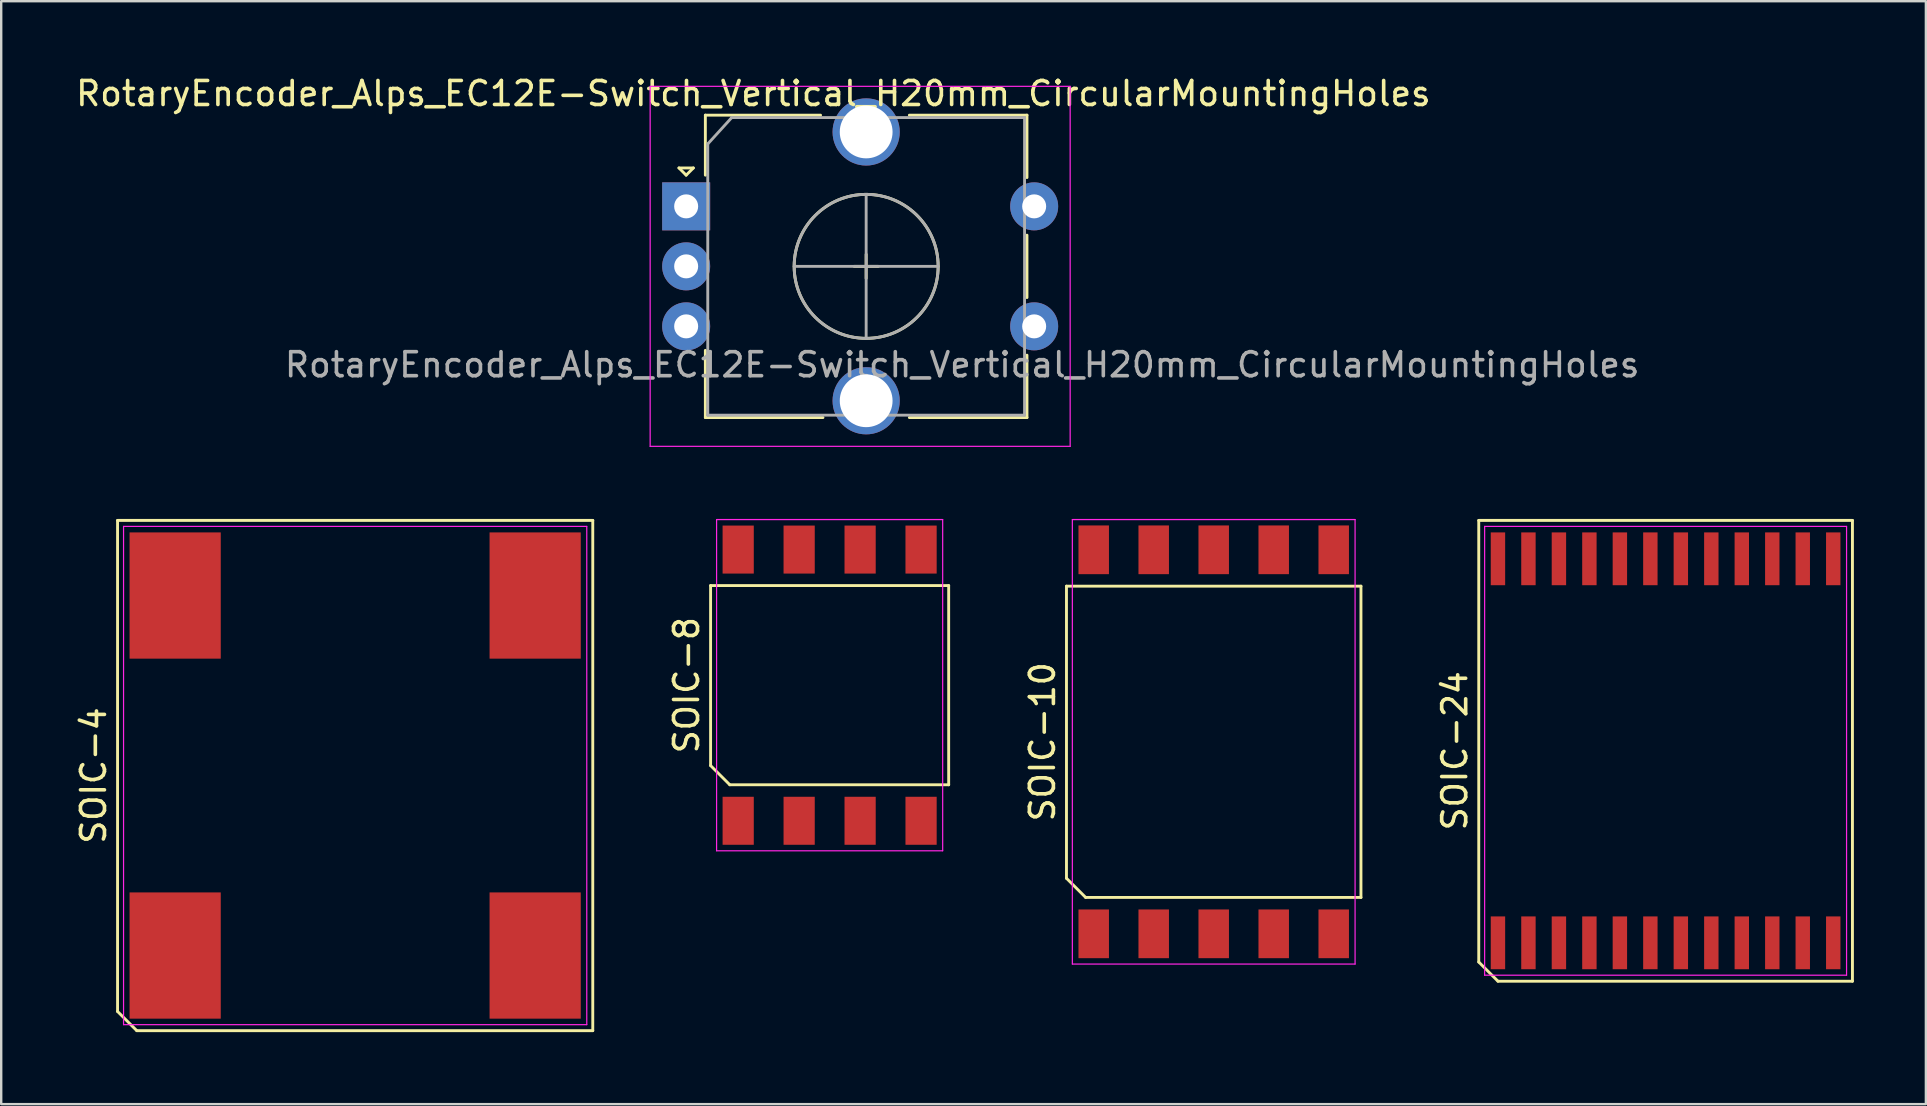
<source format=kicad_pcb>
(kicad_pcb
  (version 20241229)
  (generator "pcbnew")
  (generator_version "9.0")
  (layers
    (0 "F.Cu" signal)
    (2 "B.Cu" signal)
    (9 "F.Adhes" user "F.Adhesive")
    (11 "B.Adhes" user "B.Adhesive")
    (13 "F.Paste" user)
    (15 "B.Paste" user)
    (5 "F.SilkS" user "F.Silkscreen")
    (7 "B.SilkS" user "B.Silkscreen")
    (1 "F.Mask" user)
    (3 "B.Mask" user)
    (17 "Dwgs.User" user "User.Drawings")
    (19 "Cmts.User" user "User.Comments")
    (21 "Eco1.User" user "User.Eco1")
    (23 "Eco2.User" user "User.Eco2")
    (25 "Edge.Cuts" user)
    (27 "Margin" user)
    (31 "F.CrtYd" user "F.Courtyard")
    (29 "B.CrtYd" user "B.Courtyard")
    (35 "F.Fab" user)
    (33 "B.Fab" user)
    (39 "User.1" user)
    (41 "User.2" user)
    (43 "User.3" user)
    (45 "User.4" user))
  (footprint "SOIC-4"
    (layer "F.Cu")
    (at 11.748 29.263)
    (property "Reference" "SOIC-4" (at -10.9 0 90) (layer "F.SilkS") (effects (font (size 1 1) (thickness 0.15))))
    (attr smd)
    (fp_line (start -9.9 -10.63) (end 9.9 -10.63) (stroke (width 0.12) (type solid)) (layer "F.SilkS"))
    (fp_line (start -9.9 9.83) (end -9.9 -10.63) (stroke (width 0.12) (type solid)) (layer "F.SilkS"))
    (fp_line (start -9.1 10.63) (end -9.9 9.83) (stroke (width 0.12) (type solid)) (layer "F.SilkS"))
    (fp_line (start 9.9 -10.63) (end 9.9 10.63) (stroke (width 0.12) (type solid)) (layer "F.SilkS"))
    (fp_line (start 9.9 10.63) (end -9.1 10.63) (stroke (width 0.12) (type solid)) (layer "F.SilkS"))
    (fp_line (start -9.65 -10.38) (end 9.65 -10.38) (stroke (width 0.05) (type solid)) (layer "F.CrtYd"))
    (fp_line (start -9.65 10.38) (end -9.65 -10.38) (stroke (width 0.05) (type solid)) (layer "F.CrtYd"))
    (fp_line (start 9.65 -10.38) (end 9.65 10.38) (stroke (width 0.05) (type solid)) (layer "F.CrtYd"))
    (fp_line (start 9.65 10.38) (end -9.65 10.38) (stroke (width 0.05) (type solid)) (layer "F.CrtYd"))
    (pad "1" smd rect (at -7.5 7.5) (size 3.8 5.26) (layers "F.Cu" "F.Mask" "F.Paste"))
    (pad "2" smd rect (at 7.5 7.5) (size 3.8 5.26) (layers "F.Cu" "F.Mask" "F.Paste"))
    (pad "3" smd rect (at 7.5 -7.5) (size 3.8 5.26) (layers "F.Cu" "F.Mask" "F.Paste"))
    (pad "4" smd rect (at -7.5 -7.5) (size 3.8 5.26) (layers "F.Cu" "F.Mask" "F.Paste")))
  (footprint "SOIC-8"
    (layer "F.Cu")
    (at 31.517 25.498)
    (property "Reference" "SOIC-8" (at -5.96 0 90) (layer "F.SilkS") (effects (font (size 1 1) (thickness 0.15))))
    (attr smd)
    (fp_line (start -4.96 -4.15) (end 4.96 -4.15) (stroke (width 0.12) (type solid)) (layer "F.SilkS"))
    (fp_line (start -4.96 3.35) (end -4.96 -4.15) (stroke (width 0.12) (type solid)) (layer "F.SilkS"))
    (fp_line (start -4.16 4.15) (end -4.96 3.35) (stroke (width 0.12) (type solid)) (layer "F.SilkS"))
    (fp_line (start 4.96 -4.15) (end 4.96 4.15) (stroke (width 0.12) (type solid)) (layer "F.SilkS"))
    (fp_line (start 4.96 4.15) (end -4.16 4.15) (stroke (width 0.12) (type solid)) (layer "F.SilkS"))
    (fp_line (start -4.71 -6.9) (end 4.71 -6.9) (stroke (width 0.05) (type solid)) (layer "F.CrtYd"))
    (fp_line (start -4.71 6.9) (end -4.71 -6.9) (stroke (width 0.05) (type solid)) (layer "F.CrtYd"))
    (fp_line (start 4.71 -6.9) (end 4.71 6.9) (stroke (width 0.05) (type solid)) (layer "F.CrtYd"))
    (fp_line (start 4.71 6.9) (end -4.71 6.9) (stroke (width 0.05) (type solid)) (layer "F.CrtYd"))
    (pad "1" smd rect (at -3.81 5.65) (size 1.3 2) (layers "F.Cu" "F.Mask" "F.Paste"))
    (pad "2" smd rect (at -1.27 5.65) (size 1.3 2) (layers "F.Cu" "F.Mask" "F.Paste"))
    (pad "3" smd rect (at 1.27 5.65) (size 1.3 2) (layers "F.Cu" "F.Mask" "F.Paste"))
    (pad "4" smd rect (at 3.81 5.65) (size 1.3 2) (layers "F.Cu" "F.Mask" "F.Paste"))
    (pad "5" smd rect (at 3.81 -5.65) (size 1.3 2) (layers "F.Cu" "F.Mask" "F.Paste"))
    (pad "6" smd rect (at 1.27 -5.65) (size 1.3 2) (layers "F.Cu" "F.Mask" "F.Paste"))
    (pad "7" smd rect (at -1.27 -5.65) (size 1.3 2) (layers "F.Cu" "F.Mask" "F.Paste"))
    (pad "8" smd rect (at -3.81 -5.65) (size 1.3 2) (layers "F.Cu" "F.Mask" "F.Paste")))
  (footprint "SOIC-24"
    (layer "F.Cu")
    (at 66.348 28.233)
    (property "Reference" "SOIC-24" (at -8.785 0 90) (layer "F.SilkS") (effects (font (size 1 1) (thickness 0.15))))
    (attr smd)
    (fp_line (start -7.785 -9.6) (end 7.785 -9.6) (stroke (width 0.12) (type solid)) (layer "F.SilkS"))
    (fp_line (start -7.785 8.8) (end -7.785 -9.6) (stroke (width 0.12) (type solid)) (layer "F.SilkS"))
    (fp_line (start -6.985 9.6) (end -7.785 8.8) (stroke (width 0.12) (type solid)) (layer "F.SilkS"))
    (fp_line (start 7.785 -9.6) (end 7.785 9.6) (stroke (width 0.12) (type solid)) (layer "F.SilkS"))
    (fp_line (start 7.785 9.6) (end -6.985 9.6) (stroke (width 0.12) (type solid)) (layer "F.SilkS"))
    (fp_line (start -7.54 -9.35) (end 7.54 -9.35) (stroke (width 0.05) (type solid)) (layer "F.CrtYd"))
    (fp_line (start -7.54 9.35) (end -7.54 -9.35) (stroke (width 0.05) (type solid)) (layer "F.CrtYd"))
    (fp_line (start 7.54 -9.35) (end 7.54 9.35) (stroke (width 0.05) (type solid)) (layer "F.CrtYd"))
    (fp_line (start 7.54 9.35) (end -7.54 9.35) (stroke (width 0.05) (type solid)) (layer "F.CrtYd"))
    (pad "1" smd rect (at -6.985 8) (size 0.6 2.2) (layers "F.Cu" "F.Mask" "F.Paste"))
    (pad "2" smd rect (at -5.715 8) (size 0.6 2.2) (layers "F.Cu" "F.Mask" "F.Paste"))
    (pad "3" smd rect (at -4.445 8) (size 0.6 2.2) (layers "F.Cu" "F.Mask" "F.Paste"))
    (pad "4" smd rect (at -3.175 8) (size 0.6 2.2) (layers "F.Cu" "F.Mask" "F.Paste"))
    (pad "5" smd rect (at -1.905 8) (size 0.6 2.2) (layers "F.Cu" "F.Mask" "F.Paste"))
    (pad "6" smd rect (at -0.635 8) (size 0.6 2.2) (layers "F.Cu" "F.Mask" "F.Paste"))
    (pad "7" smd rect (at 0.635 8) (size 0.6 2.2) (layers "F.Cu" "F.Mask" "F.Paste"))
    (pad "8" smd rect (at 1.905 8) (size 0.6 2.2) (layers "F.Cu" "F.Mask" "F.Paste"))
    (pad "9" smd rect (at 3.175 8) (size 0.6 2.2) (layers "F.Cu" "F.Mask" "F.Paste"))
    (pad "10" smd rect (at 4.445 8) (size 0.6 2.2) (layers "F.Cu" "F.Mask" "F.Paste"))
    (pad "11" smd rect (at 5.715 8) (size 0.6 2.2) (layers "F.Cu" "F.Mask" "F.Paste"))
    (pad "12" smd rect (at 6.985 8) (size 0.6 2.2) (layers "F.Cu" "F.Mask" "F.Paste"))
    (pad "13" smd rect (at 6.985 -8) (size 0.6 2.2) (layers "F.Cu" "F.Mask" "F.Paste"))
    (pad "14" smd rect (at 5.715 -8) (size 0.6 2.2) (layers "F.Cu" "F.Mask" "F.Paste"))
    (pad "15" smd rect (at 4.445 -8) (size 0.6 2.2) (layers "F.Cu" "F.Mask" "F.Paste"))
    (pad "16" smd rect (at 3.175 -8) (size 0.6 2.2) (layers "F.Cu" "F.Mask" "F.Paste"))
    (pad "17" smd rect (at 1.905 -8) (size 0.6 2.2) (layers "F.Cu" "F.Mask" "F.Paste"))
    (pad "18" smd rect (at 0.635 -8) (size 0.6 2.2) (layers "F.Cu" "F.Mask" "F.Paste"))
    (pad "19" smd rect (at -0.635 -8) (size 0.6 2.2) (layers "F.Cu" "F.Mask" "F.Paste"))
    (pad "20" smd rect (at -1.905 -8) (size 0.6 2.2) (layers "F.Cu" "F.Mask" "F.Paste"))
    (pad "21" smd rect (at -3.175 -8) (size 0.6 2.2) (layers "F.Cu" "F.Mask" "F.Paste"))
    (pad "22" smd rect (at -4.445 -8) (size 0.6 2.2) (layers "F.Cu" "F.Mask" "F.Paste"))
    (pad "23" smd rect (at -5.715 -8) (size 0.6 2.2) (layers "F.Cu" "F.Mask" "F.Paste"))
    (pad "24" smd rect (at -6.985 -8) (size 0.6 2.2) (layers "F.Cu" "F.Mask" "F.Paste")))
  (footprint "SOIC-10"
    (layer "F.Cu")
    (at 47.52 27.858)
    (property "Reference" "SOIC-10" (at -7.135 0 90) (layer "F.SilkS") (effects (font (size 1 1) (thickness 0.15))))
    (attr smd)
    (fp_line (start -6.135 -6.485) (end 6.135 -6.485) (stroke (width 0.12) (type solid)) (layer "F.SilkS"))
    (fp_line (start -6.135 5.685) (end -6.135 -6.485) (stroke (width 0.12) (type solid)) (layer "F.SilkS"))
    (fp_line (start -5.335 6.485) (end -6.135 5.685) (stroke (width 0.12) (type solid)) (layer "F.SilkS"))
    (fp_line (start 6.135 -6.485) (end 6.135 6.485) (stroke (width 0.12) (type solid)) (layer "F.SilkS"))
    (fp_line (start 6.135 6.485) (end -5.335 6.485) (stroke (width 0.12) (type solid)) (layer "F.SilkS"))
    (fp_line (start -5.89 -9.26) (end 5.89 -9.26) (stroke (width 0.05) (type solid)) (layer "F.CrtYd"))
    (fp_line (start -5.89 9.26) (end -5.89 -9.26) (stroke (width 0.05) (type solid)) (layer "F.CrtYd"))
    (fp_line (start 5.89 -9.26) (end 5.89 9.26) (stroke (width 0.05) (type solid)) (layer "F.CrtYd"))
    (fp_line (start 5.89 9.26) (end -5.89 9.26) (stroke (width 0.05) (type solid)) (layer "F.CrtYd"))
    (pad "1" smd rect (at -5 8) (size 1.27 2.03) (layers "F.Cu" "F.Mask" "F.Paste"))
    (pad "2" smd rect (at -2.5 8) (size 1.27 2.03) (layers "F.Cu" "F.Mask" "F.Paste"))
    (pad "3" smd rect (at 0 8) (size 1.27 2.03) (layers "F.Cu" "F.Mask" "F.Paste"))
    (pad "4" smd rect (at 2.5 8) (size 1.27 2.03) (layers "F.Cu" "F.Mask" "F.Paste"))
    (pad "5" smd rect (at 5 8) (size 1.27 2.03) (layers "F.Cu" "F.Mask" "F.Paste"))
    (pad "6" smd rect (at 5 -8) (size 1.27 2.03) (layers "F.Cu" "F.Mask" "F.Paste"))
    (pad "7" smd rect (at 2.5 -8) (size 1.27 2.03) (layers "F.Cu" "F.Mask" "F.Paste"))
    (pad "8" smd rect (at 0 -8) (size 1.27 2.03) (layers "F.Cu" "F.Mask" "F.Paste"))
    (pad "9" smd rect (at -2.5 -8) (size 1.27 2.03) (layers "F.Cu" "F.Mask" "F.Paste"))
    (pad "10" smd rect (at -5 -8) (size 1.27 2.03) (layers "F.Cu" "F.Mask" "F.Paste")))
  (footprint "RotaryEncoder_Alps_EC12E-Switch_Vertical_H20mm_CircularMountingHoles"
    (layer "F.Cu")
    (at 25.539 5.548)
    (property "Reference" "RotaryEncoder_Alps_EC12E-Switch_Vertical_H20mm_CircularMountingHoles" (at 2.8 -4.7 0) (layer "F.SilkS") (effects (font (size 1 1) (thickness 0.15))))
    (attr through_hole)
    (fp_line (start -0.3 -1.6) (end 0.3 -1.6) (stroke (width 0.12) (type solid)) (layer "F.SilkS"))
    (fp_line (start 0 -1.3) (end -0.3 -1.6) (stroke (width 0.12) (type solid)) (layer "F.SilkS"))
    (fp_line (start 0.3 -1.6) (end 0 -1.3) (stroke (width 0.12) (type solid)) (layer "F.SilkS"))
    (fp_line (start 0.8 -3.8) (end 0.8 -1.3) (stroke (width 0.12) (type solid)) (layer "F.SilkS"))
    (fp_line (start 0.8 8.8) (end 0.8 6) (stroke (width 0.12) (type solid)) (layer "F.SilkS"))
    (fp_line (start 5.6 -3.8) (end 0.8 -3.8) (stroke (width 0.12) (type solid)) (layer "F.SilkS"))
    (fp_line (start 5.7 8.8) (end 0.8 8.8) (stroke (width 0.12) (type solid)) (layer "F.SilkS"))
    (fp_line (start 7 2.5) (end 8 2.5) (stroke (width 0.12) (type solid)) (layer "F.SilkS"))
    (fp_line (start 7.5 2) (end 7.5 3) (stroke (width 0.12) (type solid)) (layer "F.SilkS"))
    (fp_line (start 9.3 -3.8) (end 14.2 -3.8) (stroke (width 0.12) (type solid)) (layer "F.SilkS"))
    (fp_line (start 14.2 -3.8) (end 14.2 -1.2) (stroke (width 0.12) (type solid)) (layer "F.SilkS"))
    (fp_line (start 14.2 1.2) (end 14.2 3.8) (stroke (width 0.12) (type solid)) (layer "F.SilkS"))
    (fp_line (start 14.2 6.2) (end 14.2 8.8) (stroke (width 0.12) (type solid)) (layer "F.SilkS"))
    (fp_line (start 14.2 8.8) (end 9.3 8.8) (stroke (width 0.12) (type solid)) (layer "F.SilkS"))
    (fp_circle (center 7.5 2.5) (end 10.5 2.5) (stroke (width 0.12) (type solid)) (fill no) (layer "F.SilkS"))
    (fp_line (start -1.5 -5) (end -1.5 10) (stroke (width 0.05) (type solid)) (layer "F.CrtYd"))
    (fp_line (start -1.5 -5) (end 16 -5) (stroke (width 0.05) (type solid)) (layer "F.CrtYd"))
    (fp_line (start 16 10) (end -1.5 10) (stroke (width 0.05) (type solid)) (layer "F.CrtYd"))
    (fp_line (start 16 10) (end 16 -5) (stroke (width 0.05) (type solid)) (layer "F.CrtYd"))
    (fp_line (start 0.9 -2.6) (end 1.9 -3.7) (stroke (width 0.12) (type solid)) (layer "F.Fab"))
    (fp_line (start 0.9 8.7) (end 0.9 -2.6) (stroke (width 0.12) (type solid)) (layer "F.Fab"))
    (fp_line (start 1.9 -3.7) (end 14.1 -3.7) (stroke (width 0.12) (type solid)) (layer "F.Fab"))
    (fp_line (start 4.5 2.5) (end 10.5 2.5) (stroke (width 0.12) (type solid)) (layer "F.Fab"))
    (fp_line (start 7.5 -0.5) (end 7.5 5.5) (stroke (width 0.12) (type solid)) (layer "F.Fab"))
    (fp_line (start 14.1 -3.7) (end 14.1 8.7) (stroke (width 0.12) (type solid)) (layer "F.Fab"))
    (fp_line (start 14.1 8.7) (end 0.9 8.7) (stroke (width 0.12) (type solid)) (layer "F.Fab"))
    (fp_circle (center 7.5 2.5) (end 10.5 2.5) (stroke (width 0.12) (type solid)) (fill no) (layer "F.Fab"))
    (fp_text user "${REFERENCE}" (at 11.5 6.6 0) (layer "F.Fab") (effects (font (size 1 1) (thickness 0.15))))
    (pad "A" thru_hole rect (at 0 0) (size 2 2) (drill 1) (layers "*.Cu" "*.Mask"))
    (pad "B" thru_hole circle (at 0 5) (size 2 2) (drill 1) (layers "*.Cu" "*.Mask"))
    (pad "C" thru_hole circle (at 0 2.5) (size 2 2) (drill 1) (layers "*.Cu" "*.Mask"))
    (pad "MP" thru_hole circle (at 7.5 -3.1) (size 2.8 2.8) (drill 2.2) (layers "*.Cu" "*.Mask"))
    (pad "MP" thru_hole circle (at 7.5 8.1) (size 2.8 2.8) (drill 2.2) (layers "*.Cu" "*.Mask"))
    (pad "S1" thru_hole circle (at 14.5 0) (size 2 2) (drill 1) (layers "*.Cu" "*.Mask"))
    (pad "S2" thru_hole circle (at 14.5 5) (size 2 2) (drill 1) (layers "*.Cu" "*.Mask")))
  (gr_rect
    (start -3 -3)
    (end 77.193 42.953)
    (stroke (width 0.1) (type default))
    (fill no)
    (layer "Edge.Cuts")))
</source>
